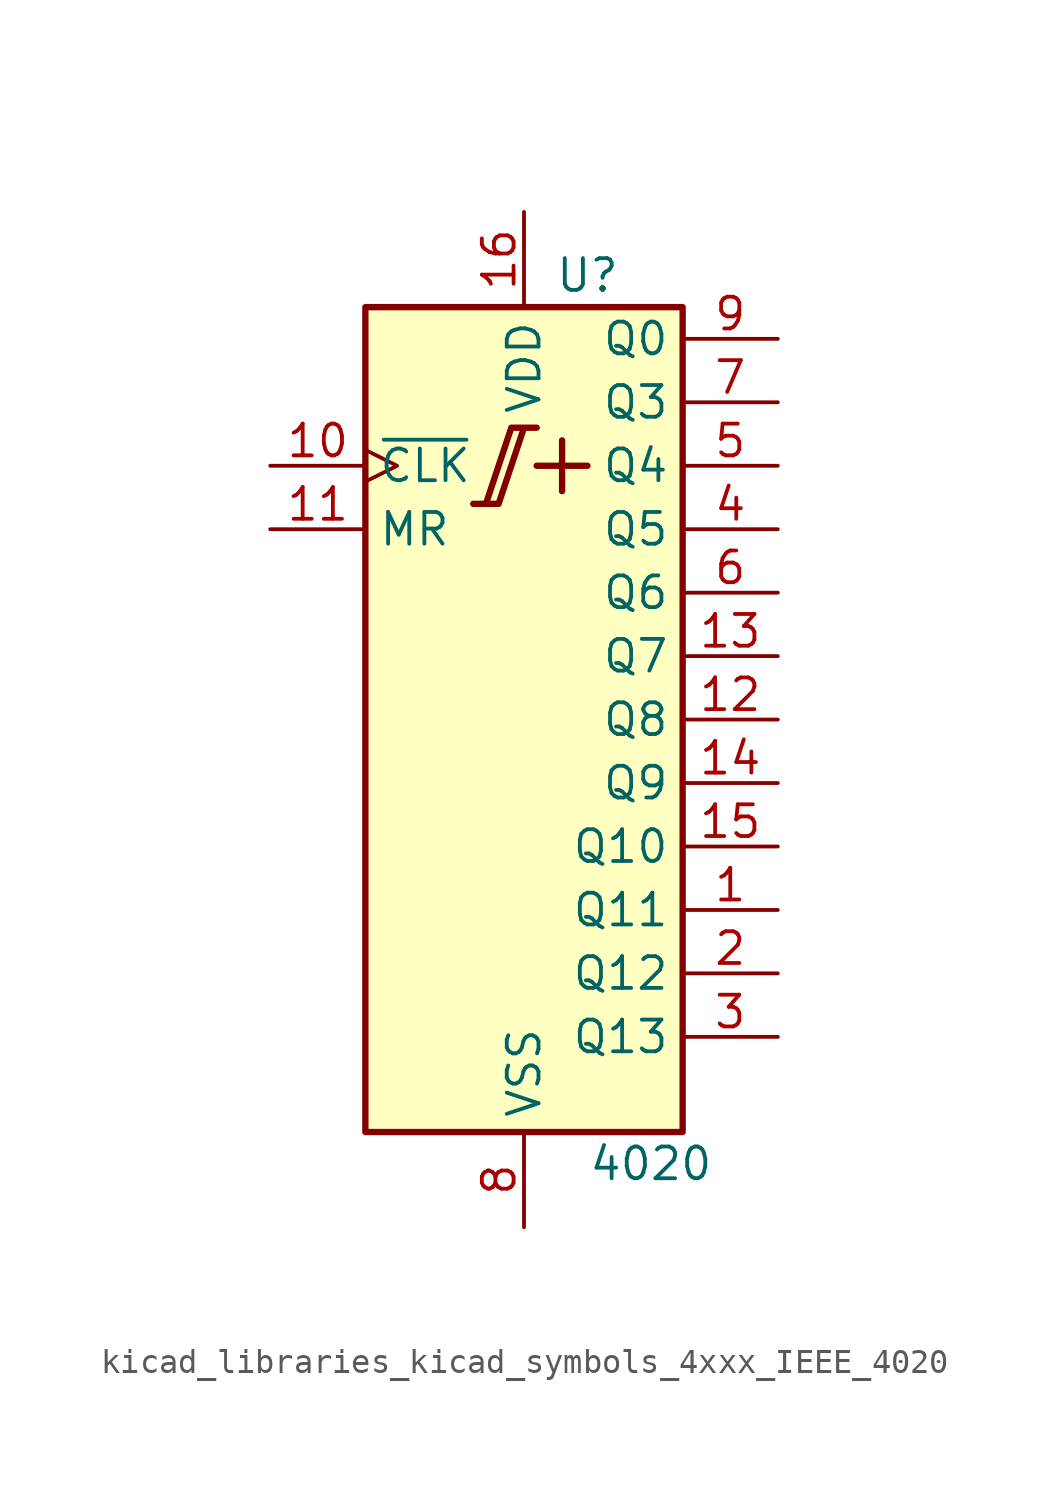
<source format=kicad_sym>
(kicad_symbol_lib
  (version 20220914)
  (generator kicad_symbol_editor)
  (symbol "kicad_libraries_kicad_symbols_4xxx_IEEE_4020"
    (property "Reference" "U"
      (at 2.54 17.78 0)
      (effects (font (size 1.27 1.27))))
    (property "Value" "4020"
      (at 5.08 -17.78 0)
      (effects (font (size 1.27 1.27))))
    (symbol "kicad_libraries_kicad_symbols_4xxx_IEEE_4020_0_0"
      (rectangle (start -6.35 16.51) (end 6.35 -16.51) (stroke (width 0.254) (type default)) (fill (type background)))
      (polyline (pts (xy 0.508 10.16) (xy 2.54 10.16) (xy 2.54 10.16)) (stroke (width 0.254) (type default)) (fill (type background)))
      (polyline (pts (xy 1.524 11.176) (xy 1.524 9.144) (xy 1.524 9.144)) (stroke (width 0.254) (type default)) (fill (type background)))
      (polyline (pts (xy -2.032 8.636) (xy -1.016 8.636) (xy 0 11.684) (xy 0.508 11.684) (xy -0.508 11.684) (xy -1.524 8.636) (xy -1.524 8.636)) (stroke (width 0.254) (type default)) (fill (type background)))
      (pin power_in line (at 0 20.32 270) (length 3.81) (name "VDD" (effects (font (size 1.27 1.27)))) (number "16" (effects (font (size 1.27 1.27)))))
      (pin power_in line (at 0 -20.32 90) (length 3.81) (name "VSS" (effects (font (size 1.27 1.27)))) (number "8" (effects (font (size 1.27 1.27))))))
    (symbol "kicad_libraries_kicad_symbols_4xxx_IEEE_4020_1_1"
      (pin output line (at 10.16 -7.62 180) (length 3.81) (name "Q11" (effects (font (size 1.27 1.27)))) (number "1" (effects (font (size 1.27 1.27)))))
      (pin input clock (at -10.16 10.16 0) (length 3.81) (name "~{CLK}" (effects (font (size 1.27 1.27)))) (number "10" (effects (font (size 1.27 1.27)))))
      (pin input line (at -10.16 7.62 0) (length 3.81) (name "MR" (effects (font (size 1.27 1.27)))) (number "11" (effects (font (size 1.27 1.27)))))
      (pin output line (at 10.16 0 180) (length 3.81) (name "Q8" (effects (font (size 1.27 1.27)))) (number "12" (effects (font (size 1.27 1.27)))))
      (pin output line (at 10.16 2.54 180) (length 3.81) (name "Q7" (effects (font (size 1.27 1.27)))) (number "13" (effects (font (size 1.27 1.27)))))
      (pin output line (at 10.16 -2.54 180) (length 3.81) (name "Q9" (effects (font (size 1.27 1.27)))) (number "14" (effects (font (size 1.27 1.27)))))
      (pin output line (at 10.16 -5.08 180) (length 3.81) (name "Q10" (effects (font (size 1.27 1.27)))) (number "15" (effects (font (size 1.27 1.27)))))
      (pin output line (at 10.16 -10.16 180) (length 3.81) (name "Q12" (effects (font (size 1.27 1.27)))) (number "2" (effects (font (size 1.27 1.27)))))
      (pin output line (at 10.16 -12.7 180) (length 3.81) (name "Q13" (effects (font (size 1.27 1.27)))) (number "3" (effects (font (size 1.27 1.27)))))
      (pin output line (at 10.16 7.62 180) (length 3.81) (name "Q5" (effects (font (size 1.27 1.27)))) (number "4" (effects (font (size 1.27 1.27)))))
      (pin output line (at 10.16 10.16 180) (length 3.81) (name "Q4" (effects (font (size 1.27 1.27)))) (number "5" (effects (font (size 1.27 1.27)))))
      (pin output line (at 10.16 5.08 180) (length 3.81) (name "Q6" (effects (font (size 1.27 1.27)))) (number "6" (effects (font (size 1.27 1.27)))))
      (pin output line (at 10.16 12.7 180) (length 3.81) (name "Q3" (effects (font (size 1.27 1.27)))) (number "7" (effects (font (size 1.27 1.27)))))
      (pin output line (at 10.16 15.24 180) (length 3.81) (name "Q0" (effects (font (size 1.27 1.27)))) (number "9" (effects (font (size 1.27 1.27))))))))
</source>
